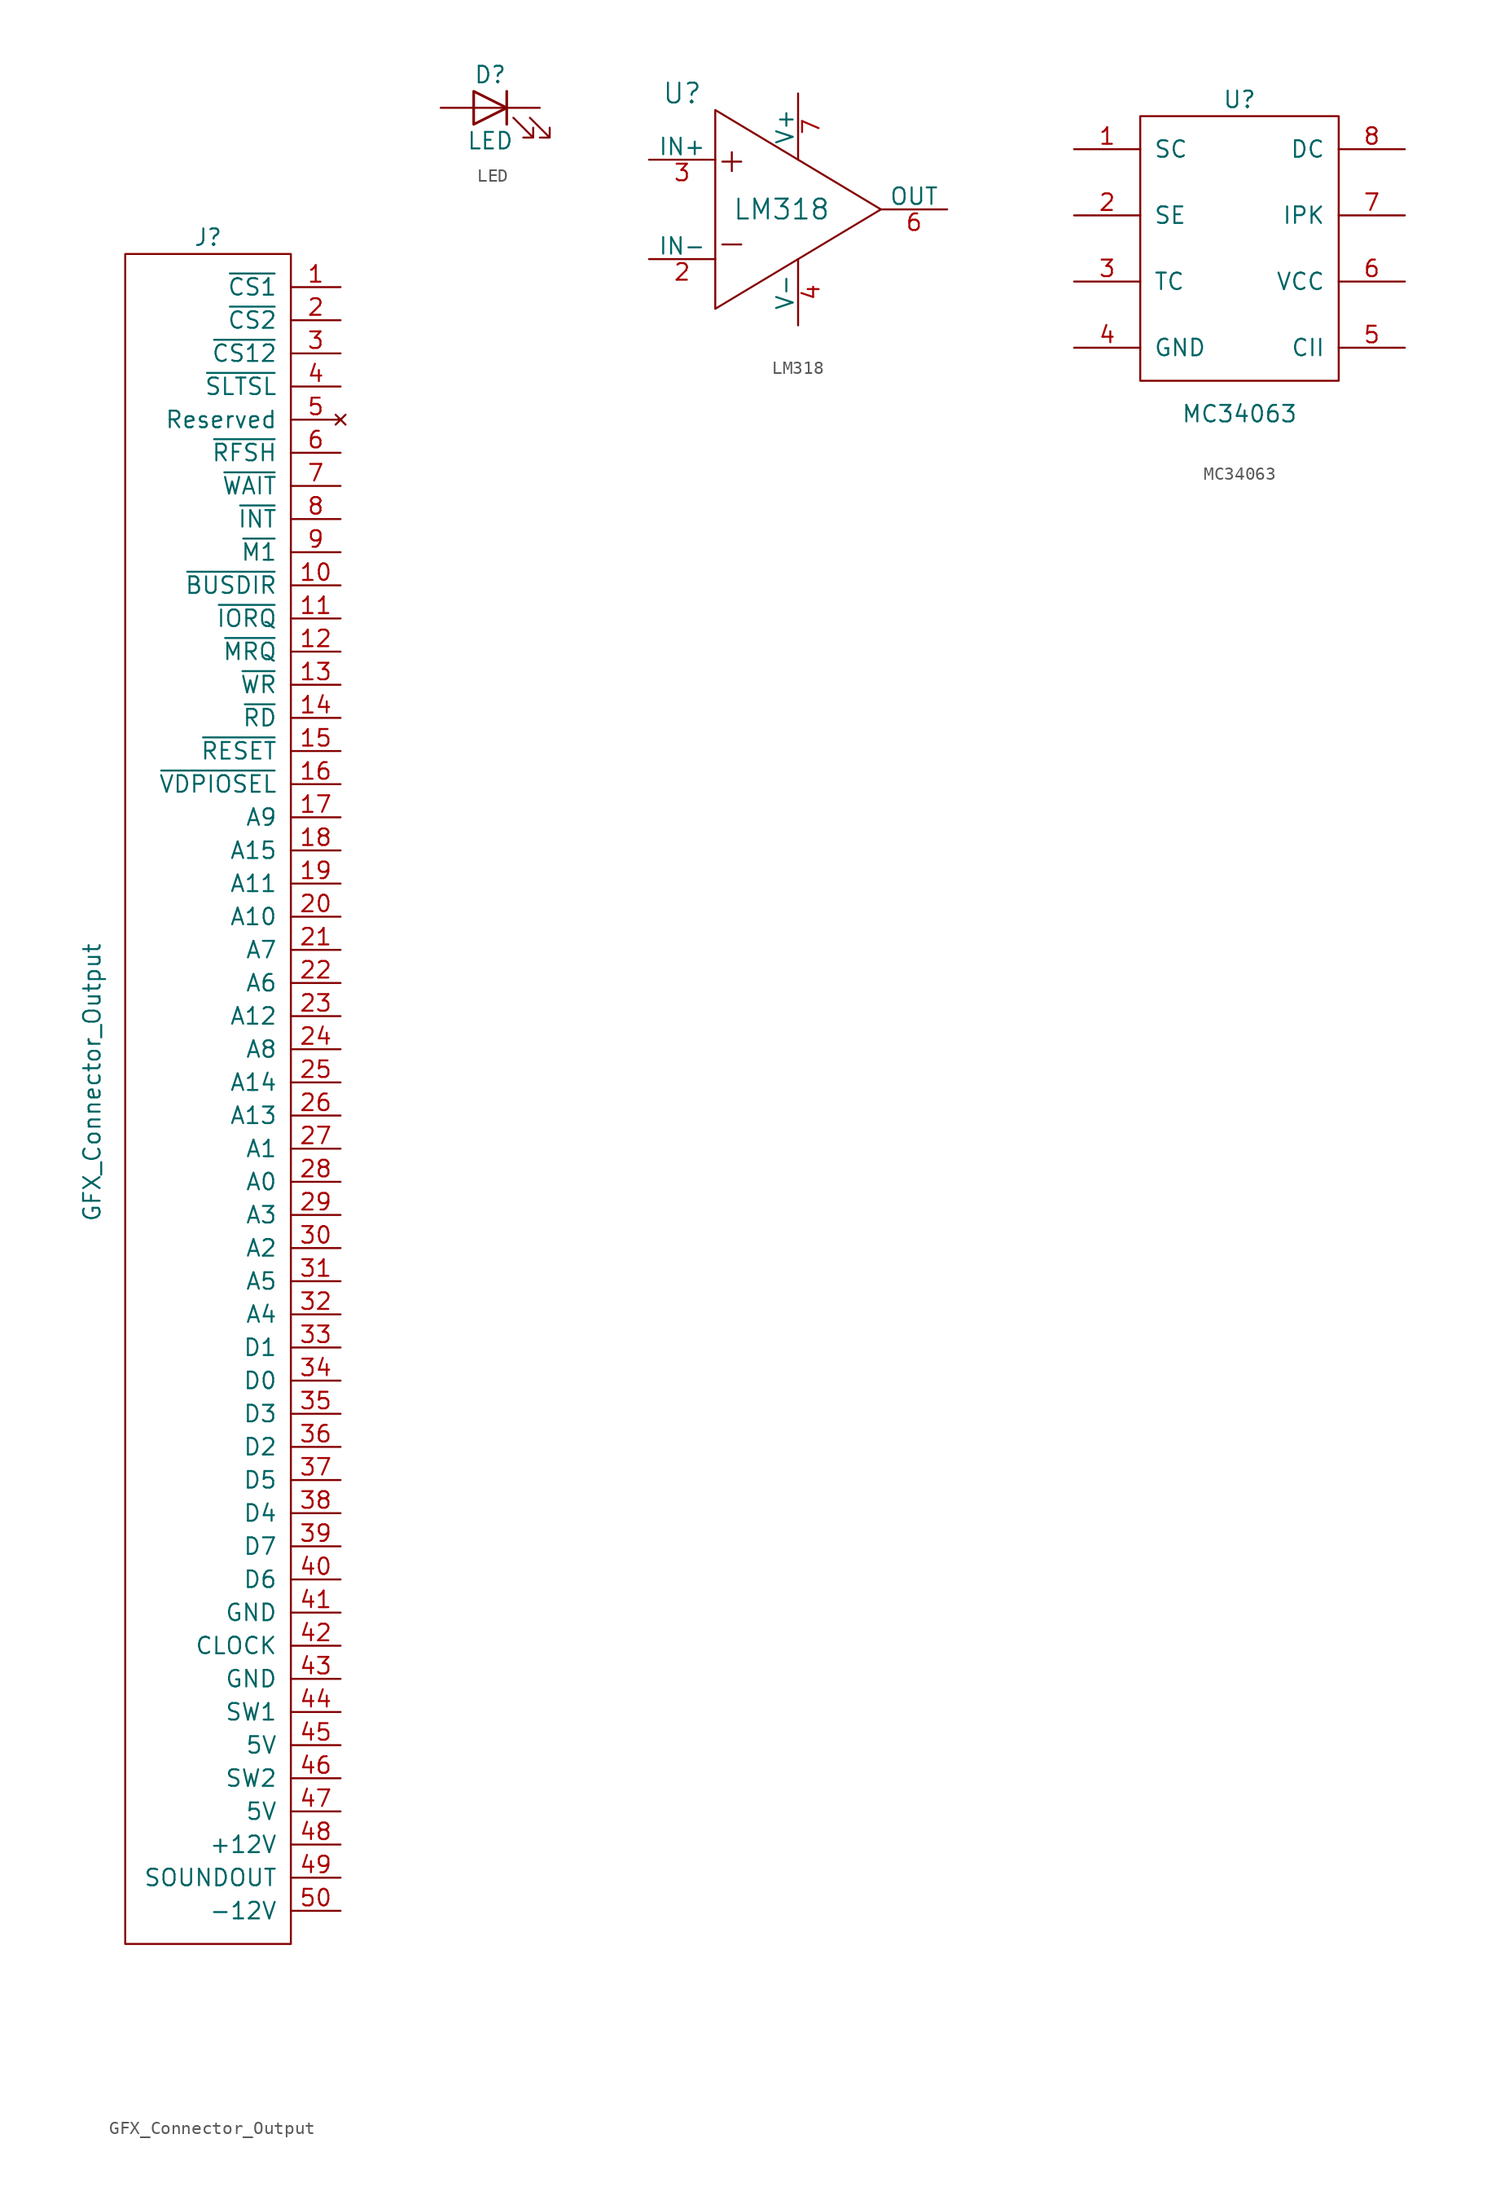
<source format=kicad_sym>
(kicad_symbol_lib
  (version 20211014)
  (generator kicad_symbol_editor)
  (symbol "GFX_Connector_Output"
    (pin_names
      (offset 1.016))
    (property "Reference" "J"
      (at 0 69.85 0)
      (effects (font (size 1.27 1.27))))
    (property "Value" "GFX_Connector_Output"
      (at -8.89 5.08 90)
      (effects (font (size 1.27 1.27))))
    (symbol "GFX_Connector_Output_0_1"
      (rectangle (start 6.35 68.58) (end -6.35 -60.96) (stroke (width 0) (type default) (color 0 0 0 0)) (fill (type none))))
    (symbol "GFX_Connector_Output_1_1"
      (pin input line (at 10.16 66.04 180) (length 3.81) (name "~{CS1}" (effects (font (size 1.27 1.27)))) (number "1" (effects (font (size 1.27 1.27)))))
      (pin output line (at 10.16 43.18 180) (length 3.81) (name "~{BUSDIR}" (effects (font (size 1.27 1.27)))) (number "10" (effects (font (size 1.27 1.27)))))
      (pin input line (at 10.16 40.64 180) (length 3.81) (name "~{IORQ}" (effects (font (size 1.27 1.27)))) (number "11" (effects (font (size 1.27 1.27)))))
      (pin input line (at 10.16 38.1 180) (length 3.81) (name "~{MRQ}" (effects (font (size 1.27 1.27)))) (number "12" (effects (font (size 1.27 1.27)))))
      (pin input line (at 10.16 35.56 180) (length 3.81) (name "~{WR}" (effects (font (size 1.27 1.27)))) (number "13" (effects (font (size 1.27 1.27)))))
      (pin input line (at 10.16 33.02 180) (length 3.81) (name "~{RD}" (effects (font (size 1.27 1.27)))) (number "14" (effects (font (size 1.27 1.27)))))
      (pin input line (at 10.16 30.48 180) (length 3.81) (name "~{RESET}" (effects (font (size 1.27 1.27)))) (number "15" (effects (font (size 1.27 1.27)))))
      (pin input line (at 10.16 27.94 180) (length 3.81) (name "~{VDPIOSEL}" (effects (font (size 1.27 1.27)))) (number "16" (effects (font (size 1.27 1.27)))))
      (pin input line (at 10.16 25.4 180) (length 3.81) (name "A9" (effects (font (size 1.27 1.27)))) (number "17" (effects (font (size 1.27 1.27)))))
      (pin input line (at 10.16 22.86 180) (length 3.81) (name "A15" (effects (font (size 1.27 1.27)))) (number "18" (effects (font (size 1.27 1.27)))))
      (pin input line (at 10.16 20.32 180) (length 3.81) (name "A11" (effects (font (size 1.27 1.27)))) (number "19" (effects (font (size 1.27 1.27)))))
      (pin input line (at 10.16 63.5 180) (length 3.81) (name "~{CS2}" (effects (font (size 1.27 1.27)))) (number "2" (effects (font (size 1.27 1.27)))))
      (pin input line (at 10.16 17.78 180) (length 3.81) (name "A10" (effects (font (size 1.27 1.27)))) (number "20" (effects (font (size 1.27 1.27)))))
      (pin input line (at 10.16 15.24 180) (length 3.81) (name "A7" (effects (font (size 1.27 1.27)))) (number "21" (effects (font (size 1.27 1.27)))))
      (pin input line (at 10.16 12.7 180) (length 3.81) (name "A6" (effects (font (size 1.27 1.27)))) (number "22" (effects (font (size 1.27 1.27)))))
      (pin input line (at 10.16 10.16 180) (length 3.81) (name "A12" (effects (font (size 1.27 1.27)))) (number "23" (effects (font (size 1.27 1.27)))))
      (pin input line (at 10.16 7.62 180) (length 3.81) (name "A8" (effects (font (size 1.27 1.27)))) (number "24" (effects (font (size 1.27 1.27)))))
      (pin input line (at 10.16 5.08 180) (length 3.81) (name "A14" (effects (font (size 1.27 1.27)))) (number "25" (effects (font (size 1.27 1.27)))))
      (pin input line (at 10.16 2.54 180) (length 3.81) (name "A13" (effects (font (size 1.27 1.27)))) (number "26" (effects (font (size 1.27 1.27)))))
      (pin input line (at 10.16 0 180) (length 3.81) (name "A1" (effects (font (size 1.27 1.27)))) (number "27" (effects (font (size 1.27 1.27)))))
      (pin input line (at 10.16 -2.54 180) (length 3.81) (name "A0" (effects (font (size 1.27 1.27)))) (number "28" (effects (font (size 1.27 1.27)))))
      (pin input line (at 10.16 -5.08 180) (length 3.81) (name "A3" (effects (font (size 1.27 1.27)))) (number "29" (effects (font (size 1.27 1.27)))))
      (pin input line (at 10.16 60.96 180) (length 3.81) (name "~{CS12}" (effects (font (size 1.27 1.27)))) (number "3" (effects (font (size 1.27 1.27)))))
      (pin input line (at 10.16 -7.62 180) (length 3.81) (name "A2" (effects (font (size 1.27 1.27)))) (number "30" (effects (font (size 1.27 1.27)))))
      (pin input line (at 10.16 -10.16 180) (length 3.81) (name "A5" (effects (font (size 1.27 1.27)))) (number "31" (effects (font (size 1.27 1.27)))))
      (pin input line (at 10.16 -12.7 180) (length 3.81) (name "A4" (effects (font (size 1.27 1.27)))) (number "32" (effects (font (size 1.27 1.27)))))
      (pin bidirectional line (at 10.16 -15.24 180) (length 3.81) (name "D1" (effects (font (size 1.27 1.27)))) (number "33" (effects (font (size 1.27 1.27)))))
      (pin bidirectional line (at 10.16 -17.78 180) (length 3.81) (name "D0" (effects (font (size 1.27 1.27)))) (number "34" (effects (font (size 1.27 1.27)))))
      (pin bidirectional line (at 10.16 -20.32 180) (length 3.81) (name "D3" (effects (font (size 1.27 1.27)))) (number "35" (effects (font (size 1.27 1.27)))))
      (pin bidirectional line (at 10.16 -22.86 180) (length 3.81) (name "D2" (effects (font (size 1.27 1.27)))) (number "36" (effects (font (size 1.27 1.27)))))
      (pin bidirectional line (at 10.16 -25.4 180) (length 3.81) (name "D5" (effects (font (size 1.27 1.27)))) (number "37" (effects (font (size 1.27 1.27)))))
      (pin bidirectional line (at 10.16 -27.94 180) (length 3.81) (name "D4" (effects (font (size 1.27 1.27)))) (number "38" (effects (font (size 1.27 1.27)))))
      (pin bidirectional line (at 10.16 -30.48 180) (length 3.81) (name "D7" (effects (font (size 1.27 1.27)))) (number "39" (effects (font (size 1.27 1.27)))))
      (pin input line (at 10.16 58.42 180) (length 3.81) (name "~{SLTSL}" (effects (font (size 1.27 1.27)))) (number "4" (effects (font (size 1.27 1.27)))))
      (pin bidirectional line (at 10.16 -33.02 180) (length 3.81) (name "D6" (effects (font (size 1.27 1.27)))) (number "40" (effects (font (size 1.27 1.27)))))
      (pin power_in line (at 10.16 -35.56 180) (length 3.81) (name "GND" (effects (font (size 1.27 1.27)))) (number "41" (effects (font (size 1.27 1.27)))))
      (pin input line (at 10.16 -38.1 180) (length 3.81) (name "CLOCK" (effects (font (size 1.27 1.27)))) (number "42" (effects (font (size 1.27 1.27)))))
      (pin power_in line (at 10.16 -40.64 180) (length 3.81) (name "GND" (effects (font (size 1.27 1.27)))) (number "43" (effects (font (size 1.27 1.27)))))
      (pin passive line (at 10.16 -43.18 180) (length 3.81) (name "SW1" (effects (font (size 1.27 1.27)))) (number "44" (effects (font (size 1.27 1.27)))))
      (pin power_in line (at 10.16 -45.72 180) (length 3.81) (name "5V" (effects (font (size 1.27 1.27)))) (number "45" (effects (font (size 1.27 1.27)))))
      (pin passive line (at 10.16 -48.26 180) (length 3.81) (name "SW2" (effects (font (size 1.27 1.27)))) (number "46" (effects (font (size 1.27 1.27)))))
      (pin power_in line (at 10.16 -50.8 180) (length 3.81) (name "5V" (effects (font (size 1.27 1.27)))) (number "47" (effects (font (size 1.27 1.27)))))
      (pin power_in line (at 10.16 -53.34 180) (length 3.81) (name "+12V" (effects (font (size 1.27 1.27)))) (number "48" (effects (font (size 1.27 1.27)))))
      (pin input line (at 10.16 -55.88 180) (length 3.81) (name "SOUNDOUT" (effects (font (size 1.27 1.27)))) (number "49" (effects (font (size 1.27 1.27)))))
      (pin no_connect line (at 10.16 55.88 180) (length 3.81) (name "Reserved" (effects (font (size 1.27 1.27)))) (number "5" (effects (font (size 1.27 1.27)))))
      (pin power_in line (at 10.16 -58.42 180) (length 3.81) (name "-12V" (effects (font (size 1.27 1.27)))) (number "50" (effects (font (size 1.27 1.27)))))
      (pin input line (at 10.16 53.34 180) (length 3.81) (name "~{RFSH}" (effects (font (size 1.27 1.27)))) (number "6" (effects (font (size 1.27 1.27)))))
      (pin output line (at 10.16 50.8 180) (length 3.81) (name "~{WAIT}" (effects (font (size 1.27 1.27)))) (number "7" (effects (font (size 1.27 1.27)))))
      (pin output line (at 10.16 48.26 180) (length 3.81) (name "~{INT}" (effects (font (size 1.27 1.27)))) (number "8" (effects (font (size 1.27 1.27)))))
      (pin input line (at 10.16 45.72 180) (length 3.81) (name "~{M1}" (effects (font (size 1.27 1.27)))) (number "9" (effects (font (size 1.27 1.27)))))))
  (symbol "LED"
    (pin_numbers hide)
    (pin_names
      (offset 1.016) hide)
    (property "Reference" "D"
      (at 0 2.54 0)
      (effects (font (size 1.27 1.27))))
    (property "Value" "LED"
      (at 0 -2.54 0)
      (effects (font (size 1.27 1.27))))
    (symbol "LED_0_1"
      (polyline (pts (xy 1.27 -1.27) (xy 1.27 1.27)) (stroke (width 0.203) (type default) (color 0 0 0 0)) (fill (type none)))
      (polyline (pts (xy 1.27 0) (xy -1.27 0)) (stroke (width 0) (type default) (color 0 0 0 0)) (fill (type none)))
      (polyline (pts (xy -1.27 -1.27) (xy -1.27 1.27) (xy 1.27 0) (xy -1.27 -1.27)) (stroke (width 0.203) (type default) (color 0 0 0 0)) (fill (type none)))
      (polyline (pts (xy 1.778 -0.762) (xy 3.302 -2.286) (xy 2.54 -2.286) (xy 3.302 -2.286) (xy 3.302 -1.524)) (stroke (width 0) (type default) (color 0 0 0 0)) (fill (type none)))
      (polyline (pts (xy 3.048 -0.762) (xy 4.572 -2.286) (xy 3.81 -2.286) (xy 4.572 -2.286) (xy 4.572 -1.524)) (stroke (width 0) (type default) (color 0 0 0 0)) (fill (type none))))
    (symbol "LED_1_1"
      (pin passive line (at -3.81 0 0) (length 2.54) (name "A" (effects (font (size 1.27 1.27)))) (number "1" (effects (font (size 1.27 1.27)))))
      (pin passive line (at 3.81 0 180) (length 2.54) (name "K" (effects (font (size 1.27 1.27)))) (number "2" (effects (font (size 1.27 1.27)))))))
  (symbol "LM318"
    (pin_names
      (offset 0))
    (property "Reference" "U"
      (at -7.62 8.89 0)
      (effects (font (size 1.524 1.524))))
    (property "Value" "LM318"
      (at 0 0 0)
      (effects (font (size 1.524 1.524))))
    (symbol "LM318_0_0"
      (text "+" (at -3.81 3.81 0) (effects (font (size 1.905 1.905))))
      (text "-" (at -3.81 -2.54 0) (effects (font (size 1.905 1.905)))))
    (symbol "LM318_1_1"
      (polyline (pts (xy 7.62 0) (xy -5.08 -7.62) (xy -5.08 7.62) (xy 7.62 0)) (stroke (width 0) (type default) (color 0 0 0 0)) (fill (type none)))
      (pin input line (at -10.16 -3.81 0) (length 5.08) (name "IN-" (effects (font (size 1.27 1.27)))) (number "2" (effects (font (size 1.27 1.27)))))
      (pin input line (at -10.16 3.81 0) (length 5.08) (name "IN+" (effects (font (size 1.27 1.27)))) (number "3" (effects (font (size 1.27 1.27)))))
      (pin passive line (at 1.27 -8.89 90) (length 5.08) (name "V-" (effects (font (size 1.27 1.27)))) (number "4" (effects (font (size 1.27 1.27)))))
      (pin output line (at 12.7 0 180) (length 5.08) (name "OUT" (effects (font (size 1.27 1.27)))) (number "6" (effects (font (size 1.27 1.27)))))
      (pin power_in line (at 1.27 8.89 270) (length 5.08) (name "V+" (effects (font (size 1.27 1.27)))) (number "7" (effects (font (size 1.27 1.27)))))))
  (symbol "MC34063"
    (pin_names
      (offset 1.016))
    (property "Reference" "U"
      (at 0 11.43 0)
      (effects (font (size 1.27 1.27))))
    (property "Value" "MC34063"
      (at 0 -12.7 0)
      (effects (font (size 1.27 1.27))))
    (symbol "MC34063_0_1"
      (rectangle (start -7.62 10.16) (end 7.62 -10.16) (stroke (width 0) (type default) (color 0 0 0 0)) (fill (type none))))
    (symbol "MC34063_1_1"
      (pin passive line (at -12.7 7.62 0) (length 5.08) (name "SC" (effects (font (size 1.27 1.27)))) (number "1" (effects (font (size 1.27 1.27)))))
      (pin passive line (at -12.7 2.54 0) (length 5.08) (name "SE" (effects (font (size 1.27 1.27)))) (number "2" (effects (font (size 1.27 1.27)))))
      (pin passive line (at -12.7 -2.54 0) (length 5.08) (name "TC" (effects (font (size 1.27 1.27)))) (number "3" (effects (font (size 1.27 1.27)))))
      (pin power_in line (at -12.7 -7.62 0) (length 5.08) (name "GND" (effects (font (size 1.27 1.27)))) (number "4" (effects (font (size 1.27 1.27)))))
      (pin passive line (at 12.7 -7.62 180) (length 5.08) (name "CII" (effects (font (size 1.27 1.27)))) (number "5" (effects (font (size 1.27 1.27)))))
      (pin power_in line (at 12.7 -2.54 180) (length 5.08) (name "VCC" (effects (font (size 1.27 1.27)))) (number "6" (effects (font (size 1.27 1.27)))))
      (pin passive line (at 12.7 2.54 180) (length 5.08) (name "IPK" (effects (font (size 1.27 1.27)))) (number "7" (effects (font (size 1.27 1.27)))))
      (pin passive line (at 12.7 7.62 180) (length 5.08) (name "DC" (effects (font (size 1.27 1.27)))) (number "8" (effects (font (size 1.27 1.27))))))))
</source>
